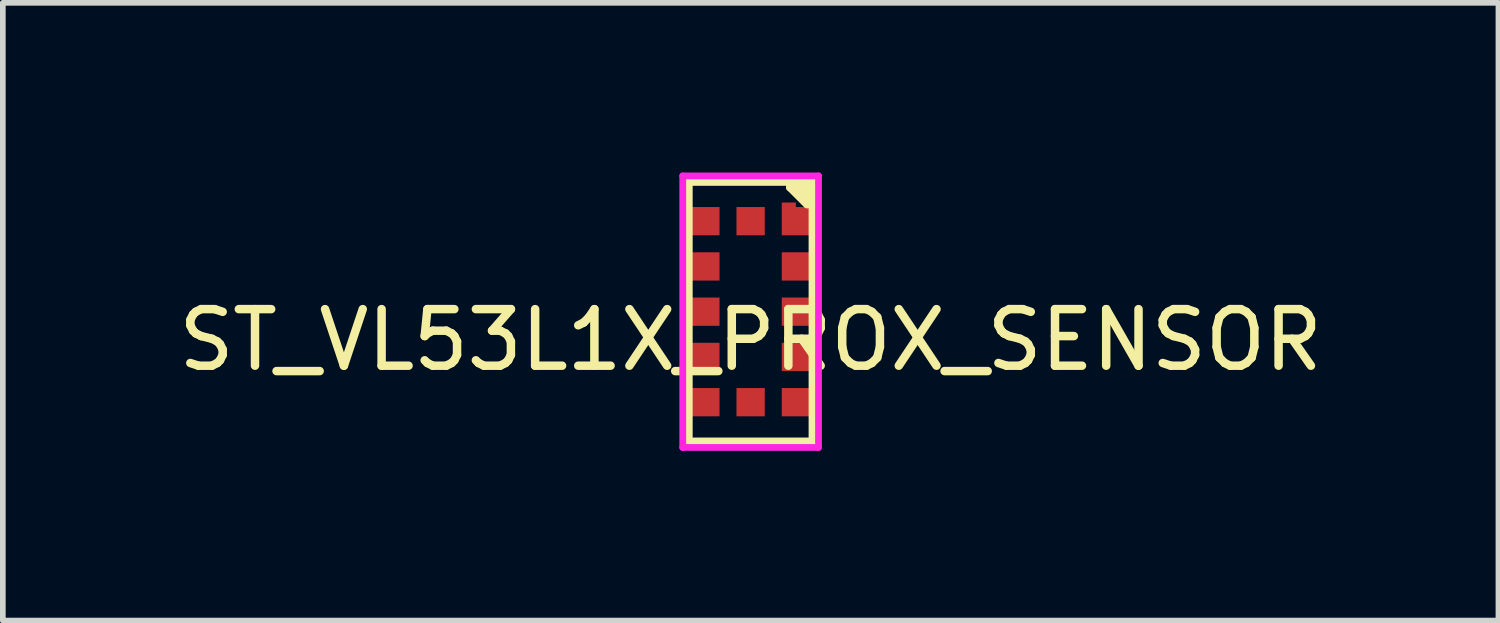
<source format=kicad_pcb>
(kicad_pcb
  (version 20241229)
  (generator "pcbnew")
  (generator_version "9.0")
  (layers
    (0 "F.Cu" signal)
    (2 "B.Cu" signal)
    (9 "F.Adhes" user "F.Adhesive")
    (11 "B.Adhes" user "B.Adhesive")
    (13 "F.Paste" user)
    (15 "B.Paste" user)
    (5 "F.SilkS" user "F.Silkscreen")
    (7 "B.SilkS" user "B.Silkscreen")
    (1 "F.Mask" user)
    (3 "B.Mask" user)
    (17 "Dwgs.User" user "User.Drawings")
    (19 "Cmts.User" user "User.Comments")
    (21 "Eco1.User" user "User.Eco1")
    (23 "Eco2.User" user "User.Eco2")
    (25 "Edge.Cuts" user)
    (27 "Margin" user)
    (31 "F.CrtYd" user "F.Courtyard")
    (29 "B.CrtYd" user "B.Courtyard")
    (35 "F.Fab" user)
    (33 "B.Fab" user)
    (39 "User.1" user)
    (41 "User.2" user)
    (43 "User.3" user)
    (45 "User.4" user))
  (footprint "ST_VL53L1X_PROX_SENSOR"
    (layer "F.Cu")
    (at 10.22 2.46)
    (property "Reference" "ST_VL53L1X_PROX_SENSOR" (at 0 0.5 0) (layer "F.SilkS") (effects (font (size 1 1) (thickness 0.15))))
    (attr through_hole)
    (fp_line (start -1.1 -2.3) (end 1.1 -2.3) (stroke (width 0.15) (type solid)) (layer "F.SilkS"))
    (fp_line (start -1.1 2.3) (end -1.1 -2.3) (stroke (width 0.15) (type solid)) (layer "F.SilkS"))
    (fp_line (start 0.7 -2.2) (end 1 -2.2) (stroke (width 0.15) (type solid)) (layer "F.SilkS"))
    (fp_line (start 1 -2.2) (end 1 -2) (stroke (width 0.15) (type solid)) (layer "F.SilkS"))
    (fp_line (start 1 -2) (end 0.9 -2.1) (stroke (width 0.15) (type solid)) (layer "F.SilkS"))
    (fp_line (start 1 -1.9) (end 0.7 -2.2) (stroke (width 0.15) (type solid)) (layer "F.SilkS"))
    (fp_line (start 1.1 -2.3) (end 1.1 2.3) (stroke (width 0.15) (type solid)) (layer "F.SilkS"))
    (fp_line (start 1.1 2.3) (end -1.1 2.3) (stroke (width 0.15) (type solid)) (layer "F.SilkS"))
    (fp_line (start -1.2 -2.4) (end 1.2 -2.4) (stroke (width 0.12) (type solid)) (layer "F.CrtYd"))
    (fp_line (start -1.2 2.4) (end -1.2 -2.4) (stroke (width 0.12) (type solid)) (layer "F.CrtYd"))
    (fp_line (start 1.2 -2.4) (end 1.2 2.4) (stroke (width 0.12) (type solid)) (layer "F.CrtYd"))
    (fp_line (start 1.2 2.4) (end -1.2 2.4) (stroke (width 0.12) (type solid)) (layer "F.CrtYd"))
    (pad "1" smd custom (at 0.8 -1.6) (size 0.5 0.5) (layers "F.Cu" "F.Mask" "F.Paste") (options (anchor rect)) (primitives (gr_poly (pts (xy 0.25 0.25) (xy 0.25 -0.25) (xy 0 -0.25) (xy 0 -0.33) (xy -0.25 -0.33) (xy -0.25 0.25)) (width 0) (fill yes))))
    (pad "2" smd rect (at 0.8 -0.8) (size 0.5 0.5) (layers "F.Cu" "F.Mask" "F.Paste"))
    (pad "3" smd rect (at 0.8 0) (size 0.5 0.5) (layers "F.Cu" "F.Mask" "F.Paste"))
    (pad "4" smd rect (at 0.8 0.8) (size 0.5 0.5) (layers "F.Cu" "F.Mask" "F.Paste"))
    (pad "5" smd rect (at 0.8 1.6) (size 0.5 0.5) (layers "F.Cu" "F.Mask" "F.Paste"))
    (pad "6" smd rect (at 0 1.6) (size 0.5 0.5) (layers "F.Cu" "F.Mask" "F.Paste"))
    (pad "7" smd rect (at -0.8 1.6) (size 0.5 0.5) (layers "F.Cu" "F.Mask" "F.Paste"))
    (pad "8" smd rect (at -0.8 0.8) (size 0.5 0.5) (layers "F.Cu" "F.Mask" "F.Paste"))
    (pad "9" smd rect (at -0.8 0) (size 0.5 0.5) (layers "F.Cu" "F.Mask" "F.Paste"))
    (pad "10" smd rect (at -0.8 -0.8) (size 0.5 0.5) (layers "F.Cu" "F.Mask" "F.Paste"))
    (pad "11" smd rect (at -0.8 -1.6) (size 0.5 0.5) (layers "F.Cu" "F.Mask" "F.Paste"))
    (pad "12" smd rect (at 0 -1.6) (size 0.5 0.5) (layers "F.Cu" "F.Mask" "F.Paste")))
  (gr_rect
    (start -3 -3)
    (end 23.44 7.92)
    (stroke (width 0.1) (type default))
    (fill no)
    (layer "Edge.Cuts")))
</source>
